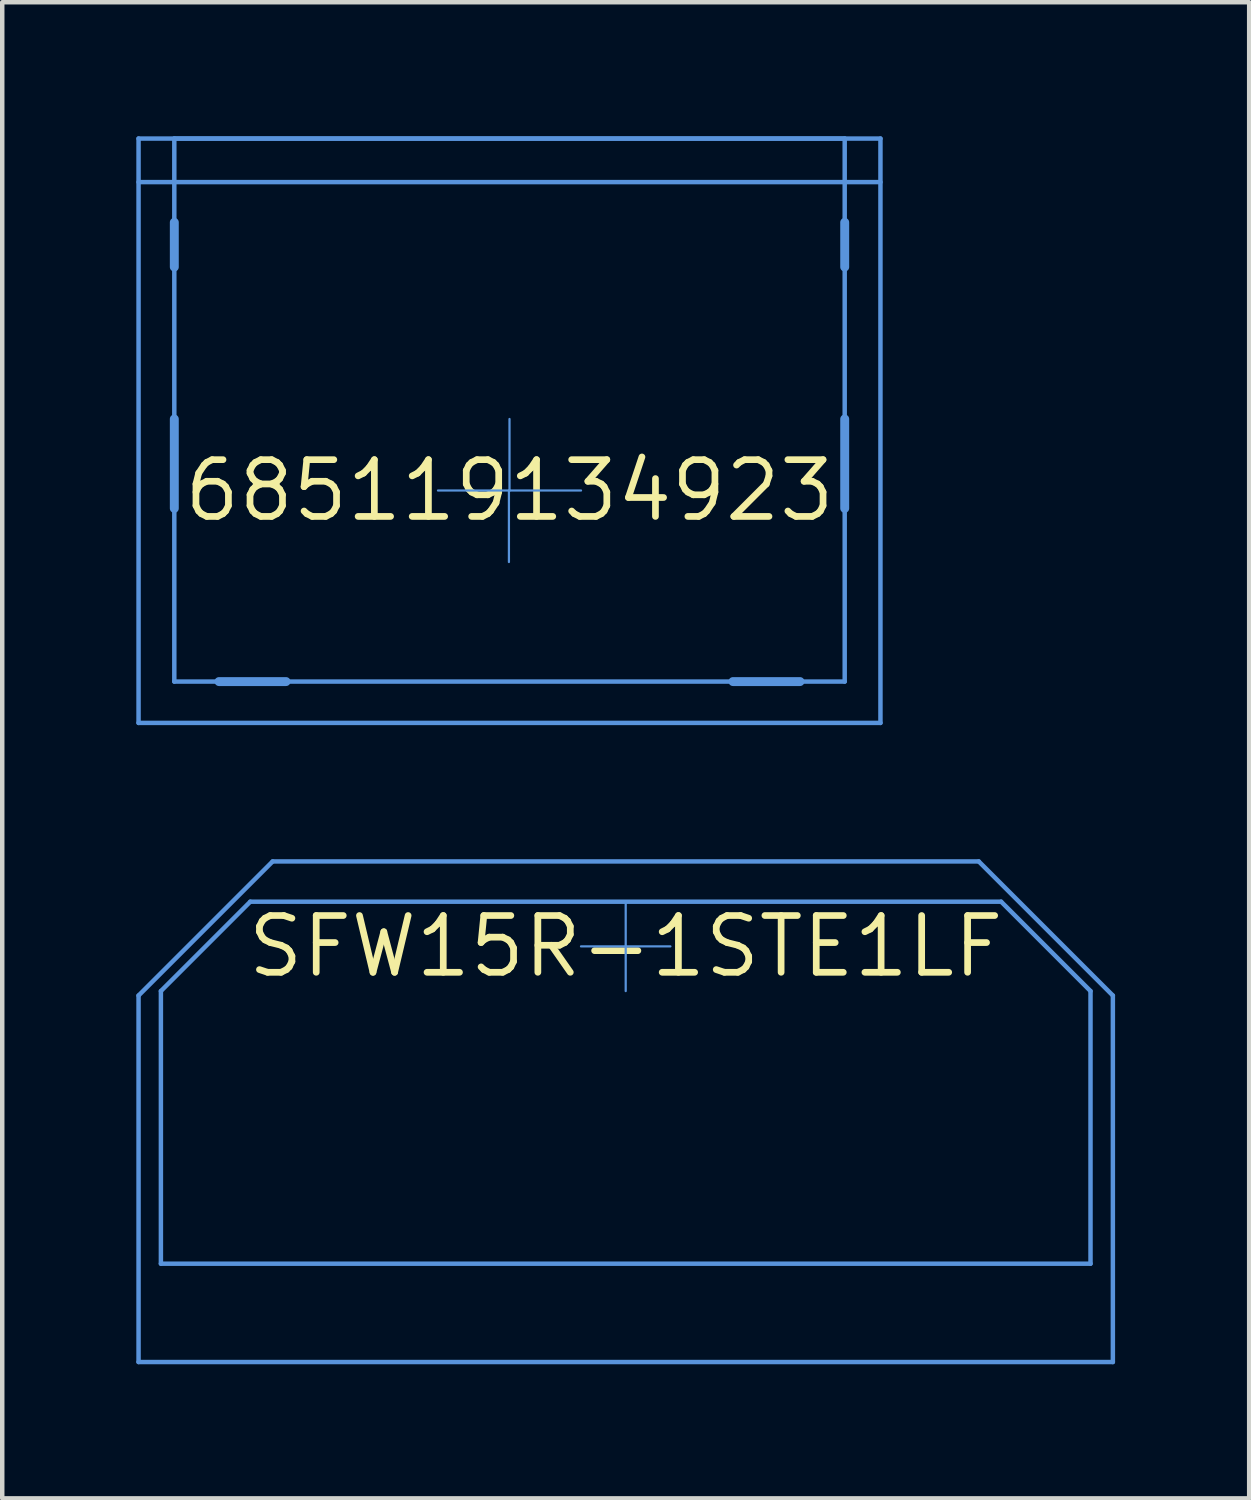
<source format=kicad_pcb>
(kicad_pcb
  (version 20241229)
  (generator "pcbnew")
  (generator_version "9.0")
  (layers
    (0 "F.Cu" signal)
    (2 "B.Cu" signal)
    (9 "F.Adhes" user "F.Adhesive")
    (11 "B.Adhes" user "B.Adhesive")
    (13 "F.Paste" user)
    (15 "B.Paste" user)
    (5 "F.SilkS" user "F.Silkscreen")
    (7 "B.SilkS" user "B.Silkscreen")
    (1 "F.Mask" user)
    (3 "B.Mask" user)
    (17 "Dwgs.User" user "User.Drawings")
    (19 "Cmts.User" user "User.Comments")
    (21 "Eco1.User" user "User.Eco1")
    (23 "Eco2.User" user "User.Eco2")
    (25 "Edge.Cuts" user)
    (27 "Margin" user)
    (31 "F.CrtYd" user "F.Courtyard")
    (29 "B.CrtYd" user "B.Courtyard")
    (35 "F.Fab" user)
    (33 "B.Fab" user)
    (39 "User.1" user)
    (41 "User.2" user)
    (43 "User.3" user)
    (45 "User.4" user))
  (footprint "685119134923"
    (layer "F.Cu")
    (at 8.35 7.925)
    (property "Reference" "685119134923" (at 0 0 0) (layer "F.SilkS") (effects (font (size 1.27 1.27) (thickness 0.15))))
    (attr through_hole)
    (fp_line (start -8.3 -7.875) (end 8.3 -7.875) (stroke (width 0.05) (type solid)) (layer "Cmts.User"))
    (fp_line (start -8.3 -7.875) (end 8.3 -7.875) (stroke (width 0.1) (type solid)) (layer "Cmts.User"))
    (fp_line (start -8.3 -6.9) (end 8.3 -6.9) (stroke (width 0.1) (type solid)) (layer "Cmts.User"))
    (fp_line (start -8.3 5.2) (end -8.3 -7.875) (stroke (width 0.05) (type solid)) (layer "Cmts.User"))
    (fp_line (start -8.3 5.2) (end -8.3 -7.875) (stroke (width 0.1) (type solid)) (layer "Cmts.User"))
    (fp_line (start -8.3 5.2) (end 7.6 5.2) (stroke (width 0.05) (type solid)) (layer "Cmts.User"))
    (fp_line (start -8.3 5.2) (end 8.3 5.2) (stroke (width 0.1) (type solid)) (layer "Cmts.User"))
    (fp_line (start -7.5 -7.875) (end 7.5 -7.875) (stroke (width 0.1) (type solid)) (layer "Cmts.User"))
    (fp_line (start -7.5 0.4) (end -7.5 -1.6) (stroke (width 0.2) (type solid)) (layer "Cmts.User"))
    (fp_line (start -7.5 4.275) (end -7.5 -7.875) (stroke (width 0.1) (type solid)) (layer "Cmts.User"))
    (fp_line (start -7.5 4.275) (end 7.5 4.275) (stroke (width 0.1) (type solid)) (layer "Cmts.User"))
    (fp_line (start -7.5 -5) (end -7.5 -6) (stroke (width 0.2) (type solid)) (layer "Cmts.User"))
    (fp_line (start -6.5 4.275) (end -5 4.275) (stroke (width 0.2) (type solid)) (layer "Cmts.User"))
    (fp_line (start -1.6 0) (end 0 0) (stroke (width 0.05) (type solid)) (layer "Cmts.User"))
    (fp_line (start -0.013 1.6) (end -0.013 0) (stroke (width 0.05) (type solid)) (layer "Cmts.User"))
    (fp_line (start 0 0) (end 0 -1.6) (stroke (width 0.05) (type solid)) (layer "Cmts.User"))
    (fp_line (start 0 0) (end 1.6 0) (stroke (width 0.05) (type solid)) (layer "Cmts.User"))
    (fp_line (start 5 4.275) (end 6.5 4.275) (stroke (width 0.2) (type solid)) (layer "Cmts.User"))
    (fp_line (start 7.5 -5) (end 7.5 -6) (stroke (width 0.2) (type solid)) (layer "Cmts.User"))
    (fp_line (start 7.5 0.4) (end 7.5 -1.6) (stroke (width 0.2) (type solid)) (layer "Cmts.User"))
    (fp_line (start 7.5 4.275) (end 7.5 -7.875) (stroke (width 0.1) (type solid)) (layer "Cmts.User"))
    (fp_line (start 7.6 5.2) (end 8.3 5.2) (stroke (width 0.05) (type solid)) (layer "Cmts.User"))
    (fp_line (start 8.3 5.2) (end 8.3 -7.875) (stroke (width 0.05) (type solid)) (layer "Cmts.User"))
    (fp_line (start 8.3 5.2) (end 8.3 -7.875) (stroke (width 0.1) (type solid)) (layer "Cmts.User")))
  (footprint "SFW15R-1STE1LF"
    (layer "F.Cu")
    (at 10.95 18.125)
    (property "Reference" "SFW15R-1STE1LF" (at 0 0 0) (layer "F.SilkS") (effects (font (size 1.27 1.27) (thickness 0.15))))
    (attr through_hole)
    (fp_line (start -10.9 1.1) (end -7.9 -1.9) (stroke (width 0.05) (type solid)) (layer "Cmts.User"))
    (fp_line (start -10.9 1.1) (end -7.9 -1.9) (stroke (width 0.1) (type solid)) (layer "Cmts.User"))
    (fp_line (start -10.9 9.3) (end -10.9 1.1) (stroke (width 0.05) (type solid)) (layer "Cmts.User"))
    (fp_line (start -10.9 9.3) (end -10.9 1.1) (stroke (width 0.1) (type solid)) (layer "Cmts.User"))
    (fp_line (start -10.9 9.3) (end 10.9 9.3) (stroke (width 0.05) (type solid)) (layer "Cmts.User"))
    (fp_line (start -10.9 9.3) (end 10.9 9.3) (stroke (width 0.1) (type solid)) (layer "Cmts.User"))
    (fp_line (start -10.4 1) (end -8.4 -1) (stroke (width 0.1) (type solid)) (layer "Cmts.User"))
    (fp_line (start -10.4 7.1) (end -10.4 1) (stroke (width 0.1) (type solid)) (layer "Cmts.User"))
    (fp_line (start -10.4 7.1) (end 10.4 7.1) (stroke (width 0.1) (type solid)) (layer "Cmts.User"))
    (fp_line (start -8.4 -1) (end 8.4 -1) (stroke (width 0.1) (type solid)) (layer "Cmts.User"))
    (fp_line (start -7.9 -1.9) (end 7.9 -1.9) (stroke (width 0.05) (type solid)) (layer "Cmts.User"))
    (fp_line (start -7.9 -1.9) (end 7.9 -1.9) (stroke (width 0.1) (type solid)) (layer "Cmts.User"))
    (fp_line (start -1 0) (end 0 0) (stroke (width 0.05) (type solid)) (layer "Cmts.User"))
    (fp_line (start 0 0) (end 0 -1) (stroke (width 0.05) (type solid)) (layer "Cmts.User"))
    (fp_line (start 0 0) (end 1 0) (stroke (width 0.05) (type solid)) (layer "Cmts.User"))
    (fp_line (start 0 1) (end 0 0) (stroke (width 0.05) (type solid)) (layer "Cmts.User"))
    (fp_line (start 7.9 -1.9) (end 10.9 1.1) (stroke (width 0.05) (type solid)) (layer "Cmts.User"))
    (fp_line (start 7.9 -1.9) (end 10.9 1.1) (stroke (width 0.1) (type solid)) (layer "Cmts.User"))
    (fp_line (start 8.4 -1) (end 10.4 1) (stroke (width 0.1) (type solid)) (layer "Cmts.User"))
    (fp_line (start 10.4 7.1) (end 10.4 1) (stroke (width 0.1) (type solid)) (layer "Cmts.User"))
    (fp_line (start 10.9 9.3) (end 10.9 1.1) (stroke (width 0.05) (type solid)) (layer "Cmts.User"))
    (fp_line (start 10.9 9.3) (end 10.9 1.1) (stroke (width 0.1) (type solid)) (layer "Cmts.User")))
  (gr_rect
    (start -3 -3)
    (end 24.9 30.475)
    (stroke (width 0.1) (type default))
    (fill no)
    (layer "Edge.Cuts")))
</source>
